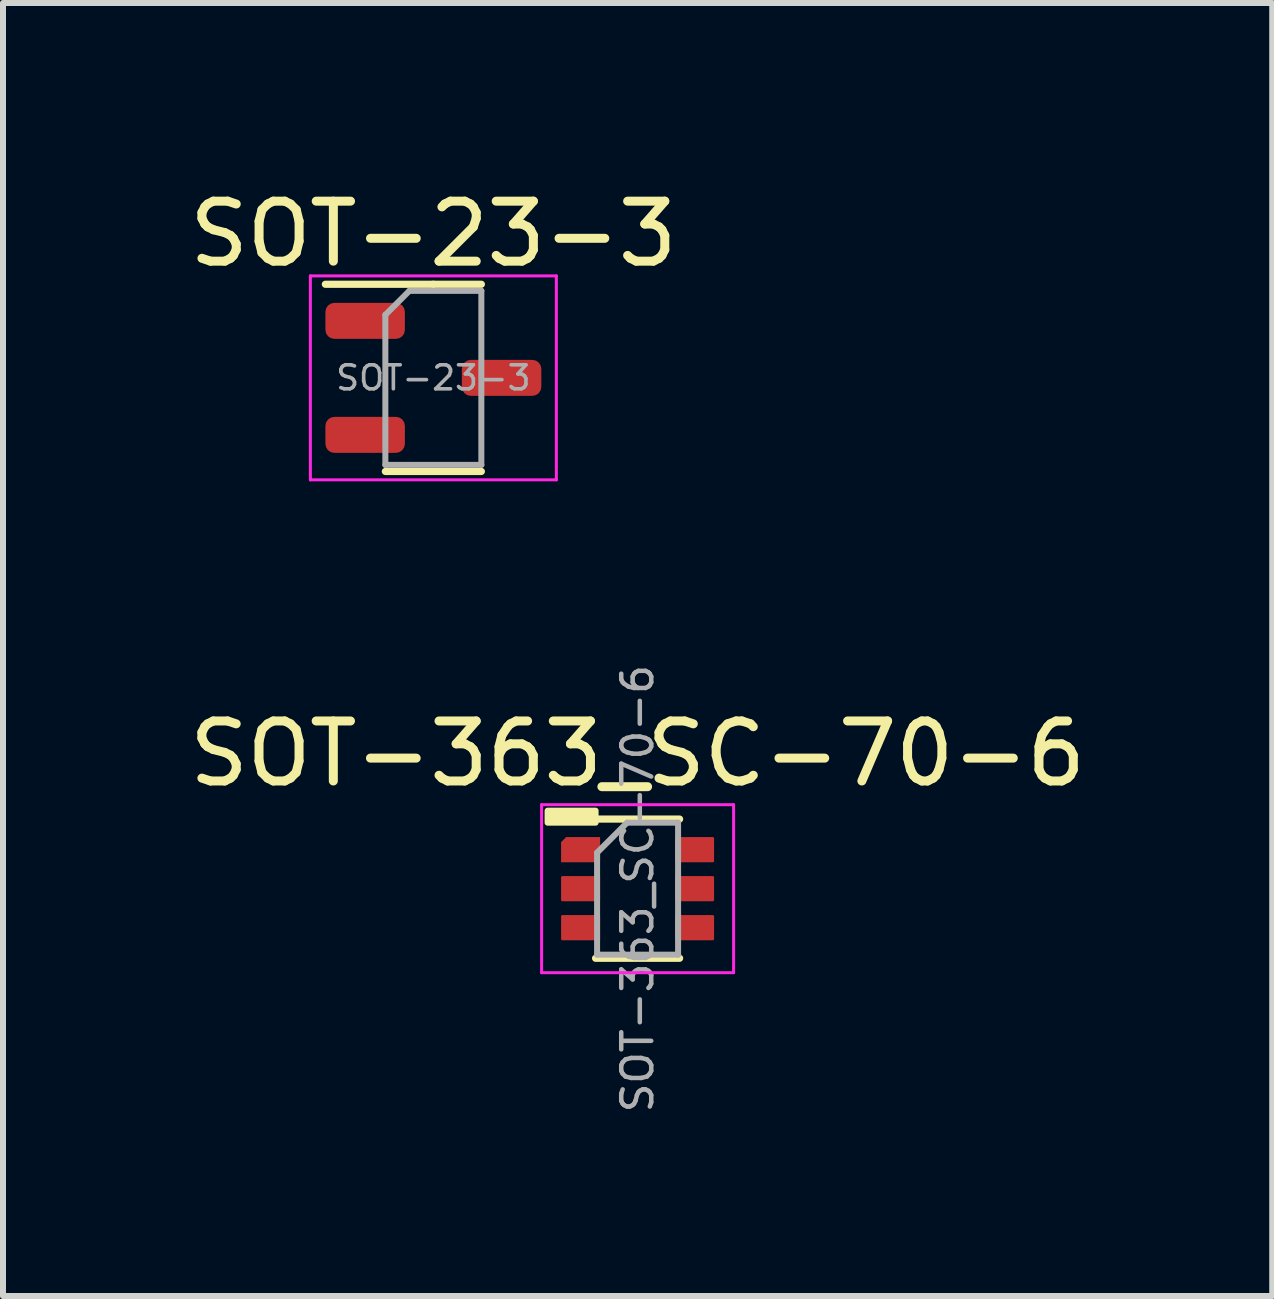
<source format=kicad_pcb>
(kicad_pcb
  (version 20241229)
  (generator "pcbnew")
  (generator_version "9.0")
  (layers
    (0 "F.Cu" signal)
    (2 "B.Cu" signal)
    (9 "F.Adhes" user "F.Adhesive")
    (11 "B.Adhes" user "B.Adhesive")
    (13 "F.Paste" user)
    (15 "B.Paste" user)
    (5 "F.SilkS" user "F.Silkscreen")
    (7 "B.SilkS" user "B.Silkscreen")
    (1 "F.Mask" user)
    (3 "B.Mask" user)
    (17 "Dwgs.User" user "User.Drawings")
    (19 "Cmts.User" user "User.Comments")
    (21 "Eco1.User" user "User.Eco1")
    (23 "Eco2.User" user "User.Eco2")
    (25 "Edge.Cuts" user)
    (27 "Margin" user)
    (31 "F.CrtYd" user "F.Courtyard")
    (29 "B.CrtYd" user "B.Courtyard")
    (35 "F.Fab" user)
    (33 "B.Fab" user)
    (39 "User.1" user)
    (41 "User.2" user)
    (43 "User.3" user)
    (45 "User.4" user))
  (footprint "SOT-363_SC-70-6"
    (layer "F.Cu")
    (at 7.577 11.762)
    (property "Reference" "SOT-363_SC-70-6" (at 0 -2.25 0) (layer "F.SilkS") (effects (font (size 1 1) (thickness 0.15))))
    (attr smd)
    (fp_line (start -0.71 -1.16) (end 0.7 -1.16) (stroke (width 0.12) (type solid)) (layer "F.SilkS"))
    (fp_line (start -0.7 1.16) (end 0.7 1.16) (stroke (width 0.12) (type solid)) (layer "F.SilkS"))
    (fp_rect (start -1.5 -1.3) (end -0.7 -1.1) (stroke (width 0.1) (type solid)) (fill yes) (layer "F.SilkS"))
    (fp_line (start -1.6 -1.4) (end -1.6 1.4) (stroke (width 0.05) (type solid)) (layer "F.CrtYd"))
    (fp_line (start -1.6 -1.4) (end 1.6 -1.4) (stroke (width 0.05) (type solid)) (layer "F.CrtYd"))
    (fp_line (start -1.6 1.4) (end 1.6 1.4) (stroke (width 0.05) (type solid)) (layer "F.CrtYd"))
    (fp_line (start 1.6 1.4) (end 1.6 -1.4) (stroke (width 0.05) (type solid)) (layer "F.CrtYd"))
    (fp_line (start -0.675 -0.6) (end -0.675 1.1) (stroke (width 0.1) (type solid)) (layer "F.Fab"))
    (fp_line (start -0.175 -1.1) (end -0.675 -0.6) (stroke (width 0.1) (type solid)) (layer "F.Fab"))
    (fp_line (start 0.675 -1.1) (end -0.175 -1.1) (stroke (width 0.1) (type solid)) (layer "F.Fab"))
    (fp_line (start 0.675 -1.1) (end 0.675 1.1) (stroke (width 0.1) (type solid)) (layer "F.Fab"))
    (fp_line (start 0.675 1.1) (end -0.675 1.1) (stroke (width 0.1) (type solid)) (layer "F.Fab"))
    (fp_text user "${REFERENCE}" (at 0 0 90) (layer "F.Fab") (effects (font (size 0.5 0.5) (thickness 0.075))))
    (pad "1" smd roundrect (at -0.95 -0.65) (size 0.65 0.42) (layers "F.Cu" "F.Mask" "F.Paste") (roundrect_rratio 0) (chamfer_ratio 0.2) (chamfer top_left))
    (pad "2" smd roundrect (at -0.95 0) (size 0.65 0.42) (layers "F.Cu" "F.Mask" "F.Paste") (roundrect_rratio 0.05))
    (pad "3" smd roundrect (at -0.95 0.65) (size 0.65 0.42) (layers "F.Cu" "F.Mask" "F.Paste") (roundrect_rratio 0.05))
    (pad "4" smd roundrect (at 0.95 0.65) (size 0.65 0.42) (layers "F.Cu" "F.Mask" "F.Paste") (roundrect_rratio 0.05))
    (pad "5" smd roundrect (at 0.95 0) (size 0.65 0.42) (layers "F.Cu" "F.Mask" "F.Paste") (roundrect_rratio 0.05))
    (pad "6" smd roundrect (at 0.95 -0.65) (size 0.65 0.42) (layers "F.Cu" "F.Mask" "F.Paste") (roundrect_rratio 0.05)))
  (footprint "SOT-23-3"
    (layer "F.Cu")
    (at 4.173 3.248)
    (property "Reference" "SOT-23-3" (at 0 -2.4 0) (layer "F.SilkS") (effects (font (size 1 1) (thickness 0.15))))
    (attr smd)
    (fp_line (start 0 -1.56) (end -1.8 -1.56) (stroke (width 0.12) (type solid)) (layer "F.SilkS"))
    (fp_line (start 0 -1.56) (end 0.8 -1.56) (stroke (width 0.12) (type solid)) (layer "F.SilkS"))
    (fp_line (start 0 1.56) (end -0.8 1.56) (stroke (width 0.12) (type solid)) (layer "F.SilkS"))
    (fp_line (start 0 1.56) (end 0.8 1.56) (stroke (width 0.12) (type solid)) (layer "F.SilkS"))
    (fp_line (start -2.05 -1.7) (end -2.05 1.7) (stroke (width 0.05) (type solid)) (layer "F.CrtYd"))
    (fp_line (start -2.05 1.7) (end 2.05 1.7) (stroke (width 0.05) (type solid)) (layer "F.CrtYd"))
    (fp_line (start 2.05 -1.7) (end -2.05 -1.7) (stroke (width 0.05) (type solid)) (layer "F.CrtYd"))
    (fp_line (start 2.05 1.7) (end 2.05 -1.7) (stroke (width 0.05) (type solid)) (layer "F.CrtYd"))
    (fp_line (start -0.8 -1.05) (end -0.4 -1.45) (stroke (width 0.1) (type solid)) (layer "F.Fab"))
    (fp_line (start -0.8 1.45) (end -0.8 -1.05) (stroke (width 0.1) (type solid)) (layer "F.Fab"))
    (fp_line (start -0.4 -1.45) (end 0.8 -1.45) (stroke (width 0.1) (type solid)) (layer "F.Fab"))
    (fp_line (start 0.8 -1.45) (end 0.8 1.45) (stroke (width 0.1) (type solid)) (layer "F.Fab"))
    (fp_line (start 0.8 1.45) (end -0.8 1.45) (stroke (width 0.1) (type solid)) (layer "F.Fab"))
    (fp_text user "${REFERENCE}" (at 0 0 0) (layer "F.Fab") (effects (font (size 0.4 0.4) (thickness 0.06))))
    (pad "1" smd roundrect (at -1.137 -0.95) (size 1.325 0.6) (layers "F.Cu" "F.Mask" "F.Paste") (roundrect_rratio 0.25))
    (pad "2" smd roundrect (at -1.137 0.95) (size 1.325 0.6) (layers "F.Cu" "F.Mask" "F.Paste") (roundrect_rratio 0.25))
    (pad "3" smd roundrect (at 1.137 0) (size 1.325 0.6) (layers "F.Cu" "F.Mask" "F.Paste") (roundrect_rratio 0.25)))
  (gr_rect
    (start -3 -3)
    (end 18.155 18.551)
    (stroke (width 0.1) (type default))
    (fill no)
    (layer "Edge.Cuts")))
</source>
